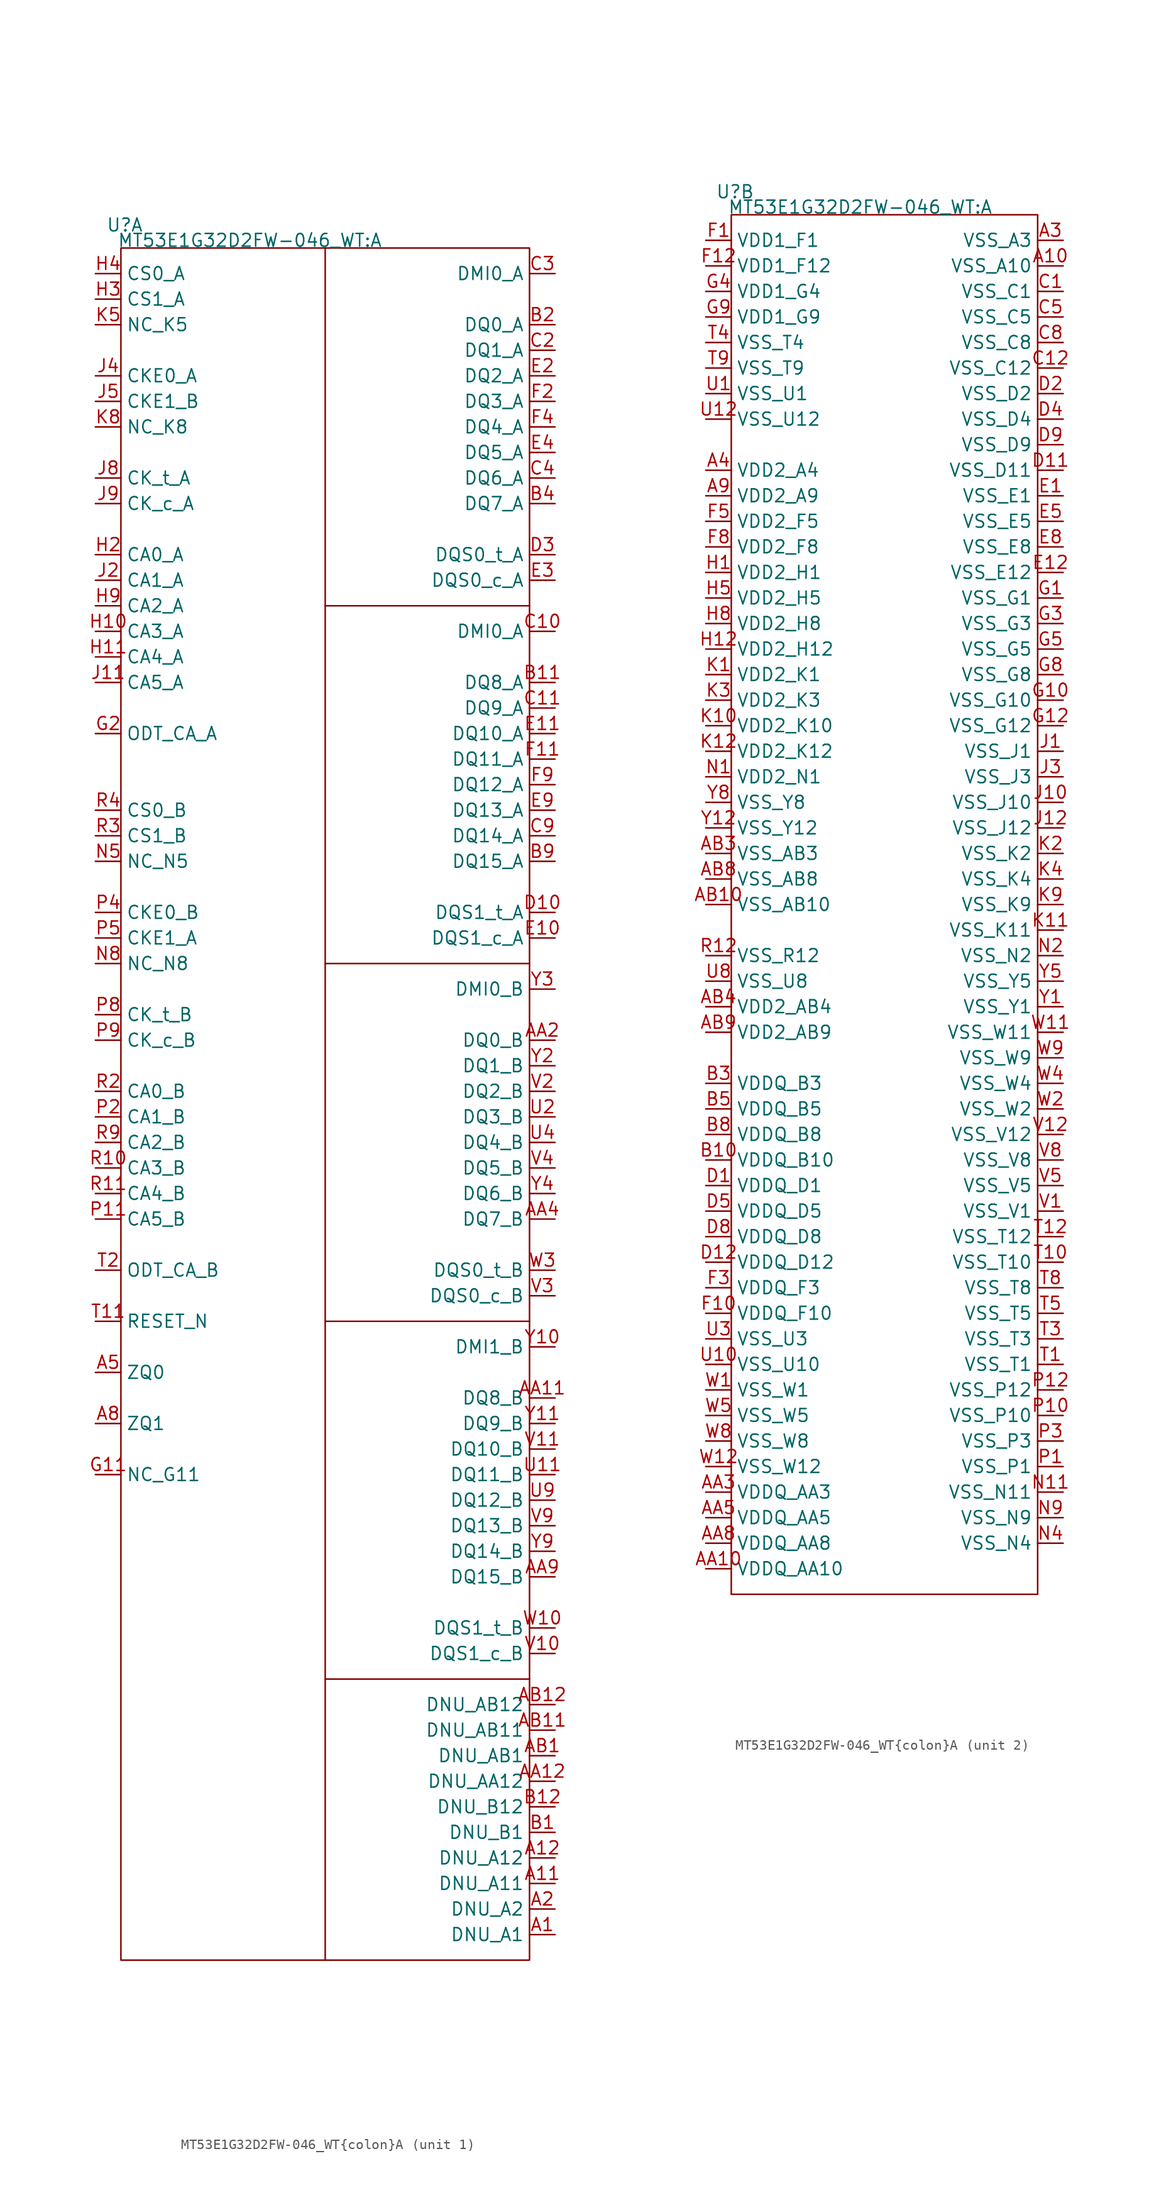
<source format=kicad_sym>
(kicad_symbol_lib
  (version 20231120)
  (generator "kicad_symbol_editor")
  (generator_version "7.99")
  (symbol "MT53E1G32D2FW-046_WT{colon}A"
    (property "Reference" "U"
      (at 0.381 2.286 0)
      (effects (font (size 1.27 1.27))))
    (property "Value" "MT53E1G32D2FW-046_WT:A"
      (at 12.827 0.762 0)
      (effects (font (size 1.27 1.27))))
    (property "ki_locked" ""
      (at 0 0 0)
      (effects (font (size 1.27 1.27))))
    (symbol "MT53E1G32D2FW-046_WT{colon}A_1_1"
      (polyline (pts (xy 20.32 0) (xy 20.32 -170.18)) (stroke (width 0) (type default)) (fill (type none)))
      (polyline (pts (xy 40.64 -142.24) (xy 20.32 -142.24)) (stroke (width 0) (type default)) (fill (type none)))
      (polyline (pts (xy 40.64 -106.68) (xy 20.32 -106.68)) (stroke (width 0) (type default)) (fill (type none)))
      (polyline (pts (xy 40.64 -71.12) (xy 20.32 -71.12)) (stroke (width 0) (type default)) (fill (type none)))
      (polyline (pts (xy 40.64 -35.56) (xy 20.32 -35.56)) (stroke (width 0) (type default)) (fill (type none)))
      (rectangle (start 0 0) (end 40.64 -170.18) (stroke (width 0) (type default)) (fill (type none)))
      (pin input line (at 43.18 -167.64 180) (length 2.54) (name "DNU_A1" (effects (font (size 1.27 1.27)))) (number "A1" (effects (font (size 1.27 1.27)))))
      (pin input line (at 43.18 -162.56 180) (length 2.54) (name "DNU_A11" (effects (font (size 1.27 1.27)))) (number "A11" (effects (font (size 1.27 1.27)))))
      (pin input line (at 43.18 -160.02 180) (length 2.54) (name "DNU_A12" (effects (font (size 1.27 1.27)))) (number "A12" (effects (font (size 1.27 1.27)))))
      (pin input line (at 43.18 -165.1 180) (length 2.54) (name "DNU_A2" (effects (font (size 1.27 1.27)))) (number "A2" (effects (font (size 1.27 1.27)))))
      (pin input line (at -2.54 -111.76 0) (length 2.54) (name "ZQ0" (effects (font (size 1.27 1.27)))) (number "A5" (effects (font (size 1.27 1.27)))))
      (pin input line (at -2.54 -116.84 0) (length 2.54) (name "ZQ1" (effects (font (size 1.27 1.27)))) (number "A8" (effects (font (size 1.27 1.27)))))
      (pin input line (at 43.18 -114.3 180) (length 2.54) (name "DQ8_B" (effects (font (size 1.27 1.27)))) (number "AA11" (effects (font (size 1.27 1.27)))))
      (pin input line (at 43.18 -152.4 180) (length 2.54) (name "DNU_AA12" (effects (font (size 1.27 1.27)))) (number "AA12" (effects (font (size 1.27 1.27)))))
      (pin input line (at 43.18 -78.74 180) (length 2.54) (name "DQ0_B" (effects (font (size 1.27 1.27)))) (number "AA2" (effects (font (size 1.27 1.27)))))
      (pin input line (at 43.18 -96.52 180) (length 2.54) (name "DQ7_B" (effects (font (size 1.27 1.27)))) (number "AA4" (effects (font (size 1.27 1.27)))))
      (pin input line (at 43.18 -132.08 180) (length 2.54) (name "DQ15_B" (effects (font (size 1.27 1.27)))) (number "AA9" (effects (font (size 1.27 1.27)))))
      (pin input line (at 43.18 -149.86 180) (length 2.54) (name "DNU_AB1" (effects (font (size 1.27 1.27)))) (number "AB1" (effects (font (size 1.27 1.27)))))
      (pin input line (at 43.18 -147.32 180) (length 2.54) (name "DNU_AB11" (effects (font (size 1.27 1.27)))) (number "AB11" (effects (font (size 1.27 1.27)))))
      (pin input line (at 43.18 -144.78 180) (length 2.54) (name "DNU_AB12" (effects (font (size 1.27 1.27)))) (number "AB12" (effects (font (size 1.27 1.27)))))
      (pin input line (at 43.18 -157.48 180) (length 2.54) (name "DNU_B1" (effects (font (size 1.27 1.27)))) (number "B1" (effects (font (size 1.27 1.27)))))
      (pin input line (at 43.18 -43.18 180) (length 2.54) (name "DQ8_A" (effects (font (size 1.27 1.27)))) (number "B11" (effects (font (size 1.27 1.27)))))
      (pin input line (at 43.18 -154.94 180) (length 2.54) (name "DNU_B12" (effects (font (size 1.27 1.27)))) (number "B12" (effects (font (size 1.27 1.27)))))
      (pin input line (at 43.18 -7.62 180) (length 2.54) (name "DQ0_A" (effects (font (size 1.27 1.27)))) (number "B2" (effects (font (size 1.27 1.27)))))
      (pin input line (at 43.18 -25.4 180) (length 2.54) (name "DQ7_A" (effects (font (size 1.27 1.27)))) (number "B4" (effects (font (size 1.27 1.27)))))
      (pin input line (at 43.18 -60.96 180) (length 2.54) (name "DQ15_A" (effects (font (size 1.27 1.27)))) (number "B9" (effects (font (size 1.27 1.27)))))
      (pin input line (at 43.18 -38.1 180) (length 2.54) (name "DMI0_A" (effects (font (size 1.27 1.27)))) (number "C10" (effects (font (size 1.27 1.27)))))
      (pin input line (at 43.18 -45.72 180) (length 2.54) (name "DQ9_A" (effects (font (size 1.27 1.27)))) (number "C11" (effects (font (size 1.27 1.27)))))
      (pin input line (at 43.18 -10.16 180) (length 2.54) (name "DQ1_A" (effects (font (size 1.27 1.27)))) (number "C2" (effects (font (size 1.27 1.27)))))
      (pin input line (at 43.18 -2.54 180) (length 2.54) (name "DMI0_A" (effects (font (size 1.27 1.27)))) (number "C3" (effects (font (size 1.27 1.27)))))
      (pin input line (at 43.18 -22.86 180) (length 2.54) (name "DQ6_A" (effects (font (size 1.27 1.27)))) (number "C4" (effects (font (size 1.27 1.27)))))
      (pin input line (at 43.18 -58.42 180) (length 2.54) (name "DQ14_A" (effects (font (size 1.27 1.27)))) (number "C9" (effects (font (size 1.27 1.27)))))
      (pin input line (at 43.18 -66.04 180) (length 2.54) (name "DQS1_t_A" (effects (font (size 1.27 1.27)))) (number "D10" (effects (font (size 1.27 1.27)))))
      (pin input line (at 43.18 -30.48 180) (length 2.54) (name "DQS0_t_A" (effects (font (size 1.27 1.27)))) (number "D3" (effects (font (size 1.27 1.27)))))
      (pin input line (at 43.18 -68.58 180) (length 2.54) (name "DQS1_c_A" (effects (font (size 1.27 1.27)))) (number "E10" (effects (font (size 1.27 1.27)))))
      (pin input line (at 43.18 -48.26 180) (length 2.54) (name "DQ10_A" (effects (font (size 1.27 1.27)))) (number "E11" (effects (font (size 1.27 1.27)))))
      (pin input line (at 43.18 -12.7 180) (length 2.54) (name "DQ2_A" (effects (font (size 1.27 1.27)))) (number "E2" (effects (font (size 1.27 1.27)))))
      (pin input line (at 43.18 -33.02 180) (length 2.54) (name "DQS0_c_A" (effects (font (size 1.27 1.27)))) (number "E3" (effects (font (size 1.27 1.27)))))
      (pin input line (at 43.18 -20.32 180) (length 2.54) (name "DQ5_A" (effects (font (size 1.27 1.27)))) (number "E4" (effects (font (size 1.27 1.27)))))
      (pin input line (at 43.18 -55.88 180) (length 2.54) (name "DQ13_A" (effects (font (size 1.27 1.27)))) (number "E9" (effects (font (size 1.27 1.27)))))
      (pin input line (at 43.18 -50.8 180) (length 2.54) (name "DQ11_A" (effects (font (size 1.27 1.27)))) (number "F11" (effects (font (size 1.27 1.27)))))
      (pin input line (at 43.18 -15.24 180) (length 2.54) (name "DQ3_A" (effects (font (size 1.27 1.27)))) (number "F2" (effects (font (size 1.27 1.27)))))
      (pin input line (at 43.18 -17.78 180) (length 2.54) (name "DQ4_A" (effects (font (size 1.27 1.27)))) (number "F4" (effects (font (size 1.27 1.27)))))
      (pin input line (at 43.18 -53.34 180) (length 2.54) (name "DQ12_A" (effects (font (size 1.27 1.27)))) (number "F9" (effects (font (size 1.27 1.27)))))
      (pin input line (at -2.54 -121.92 0) (length 2.54) (name "NC_G11" (effects (font (size 1.27 1.27)))) (number "G11" (effects (font (size 1.27 1.27)))))
      (pin input line (at -2.54 -48.26 0) (length 2.54) (name "ODT_CA_A" (effects (font (size 1.27 1.27)))) (number "G2" (effects (font (size 1.27 1.27)))))
      (pin input line (at -2.54 -38.1 0) (length 2.54) (name "CA3_A" (effects (font (size 1.27 1.27)))) (number "H10" (effects (font (size 1.27 1.27)))))
      (pin input line (at -2.54 -40.64 0) (length 2.54) (name "CA4_A" (effects (font (size 1.27 1.27)))) (number "H11" (effects (font (size 1.27 1.27)))))
      (pin input line (at -2.54 -30.48 0) (length 2.54) (name "CA0_A" (effects (font (size 1.27 1.27)))) (number "H2" (effects (font (size 1.27 1.27)))))
      (pin input line (at -2.54 -5.08 0) (length 2.54) (name "CS1_A" (effects (font (size 1.27 1.27)))) (number "H3" (effects (font (size 1.27 1.27)))))
      (pin input line (at -2.54 -2.54 0) (length 2.54) (name "CS0_A" (effects (font (size 1.27 1.27)))) (number "H4" (effects (font (size 1.27 1.27)))))
      (pin input line (at -2.54 -35.56 0) (length 2.54) (name "CA2_A" (effects (font (size 1.27 1.27)))) (number "H9" (effects (font (size 1.27 1.27)))))
      (pin input line (at -2.54 -43.18 0) (length 2.54) (name "CA5_A" (effects (font (size 1.27 1.27)))) (number "J11" (effects (font (size 1.27 1.27)))))
      (pin input line (at -2.54 -33.02 0) (length 2.54) (name "CA1_A" (effects (font (size 1.27 1.27)))) (number "J2" (effects (font (size 1.27 1.27)))))
      (pin input line (at -2.54 -12.7 0) (length 2.54) (name "CKE0_A" (effects (font (size 1.27 1.27)))) (number "J4" (effects (font (size 1.27 1.27)))))
      (pin input line (at -2.54 -15.24 0) (length 2.54) (name "CKE1_B" (effects (font (size 1.27 1.27)))) (number "J5" (effects (font (size 1.27 1.27)))))
      (pin input line (at -2.54 -22.86 0) (length 2.54) (name "CK_t_A" (effects (font (size 1.27 1.27)))) (number "J8" (effects (font (size 1.27 1.27)))))
      (pin input line (at -2.54 -25.4 0) (length 2.54) (name "CK_c_A" (effects (font (size 1.27 1.27)))) (number "J9" (effects (font (size 1.27 1.27)))))
      (pin input line (at -2.54 -7.62 0) (length 2.54) (name "NC_K5" (effects (font (size 1.27 1.27)))) (number "K5" (effects (font (size 1.27 1.27)))))
      (pin input line (at -2.54 -17.78 0) (length 2.54) (name "NC_K8" (effects (font (size 1.27 1.27)))) (number "K8" (effects (font (size 1.27 1.27)))))
      (pin input line (at -2.54 -60.96 0) (length 2.54) (name "NC_N5" (effects (font (size 1.27 1.27)))) (number "N5" (effects (font (size 1.27 1.27)))))
      (pin input line (at -2.54 -71.12 0) (length 2.54) (name "NC_N8" (effects (font (size 1.27 1.27)))) (number "N8" (effects (font (size 1.27 1.27)))))
      (pin input line (at -2.54 -96.52 0) (length 2.54) (name "CA5_B" (effects (font (size 1.27 1.27)))) (number "P11" (effects (font (size 1.27 1.27)))))
      (pin input line (at -2.54 -86.36 0) (length 2.54) (name "CA1_B" (effects (font (size 1.27 1.27)))) (number "P2" (effects (font (size 1.27 1.27)))))
      (pin input line (at -2.54 -66.04 0) (length 2.54) (name "CKE0_B" (effects (font (size 1.27 1.27)))) (number "P4" (effects (font (size 1.27 1.27)))))
      (pin input line (at -2.54 -68.58 0) (length 2.54) (name "CKE1_A" (effects (font (size 1.27 1.27)))) (number "P5" (effects (font (size 1.27 1.27)))))
      (pin input line (at -2.54 -76.2 0) (length 2.54) (name "CK_t_B" (effects (font (size 1.27 1.27)))) (number "P8" (effects (font (size 1.27 1.27)))))
      (pin input line (at -2.54 -78.74 0) (length 2.54) (name "CK_c_B" (effects (font (size 1.27 1.27)))) (number "P9" (effects (font (size 1.27 1.27)))))
      (pin input line (at -2.54 -91.44 0) (length 2.54) (name "CA3_B" (effects (font (size 1.27 1.27)))) (number "R10" (effects (font (size 1.27 1.27)))))
      (pin input line (at -2.54 -93.98 0) (length 2.54) (name "CA4_B" (effects (font (size 1.27 1.27)))) (number "R11" (effects (font (size 1.27 1.27)))))
      (pin input line (at -2.54 -83.82 0) (length 2.54) (name "CA0_B" (effects (font (size 1.27 1.27)))) (number "R2" (effects (font (size 1.27 1.27)))))
      (pin input line (at -2.54 -58.42 0) (length 2.54) (name "CS1_B" (effects (font (size 1.27 1.27)))) (number "R3" (effects (font (size 1.27 1.27)))))
      (pin input line (at -2.54 -55.88 0) (length 2.54) (name "CS0_B" (effects (font (size 1.27 1.27)))) (number "R4" (effects (font (size 1.27 1.27)))))
      (pin input line (at -2.54 -88.9 0) (length 2.54) (name "CA2_B" (effects (font (size 1.27 1.27)))) (number "R9" (effects (font (size 1.27 1.27)))))
      (pin input line (at -2.54 -106.68 0) (length 2.54) (name "RESET_N" (effects (font (size 1.27 1.27)))) (number "T11" (effects (font (size 1.27 1.27)))))
      (pin input line (at -2.54 -101.6 0) (length 2.54) (name "ODT_CA_B" (effects (font (size 1.27 1.27)))) (number "T2" (effects (font (size 1.27 1.27)))))
      (pin input line (at 43.18 -121.92 180) (length 2.54) (name "DQ11_B" (effects (font (size 1.27 1.27)))) (number "U11" (effects (font (size 1.27 1.27)))))
      (pin input line (at 43.18 -86.36 180) (length 2.54) (name "DQ3_B" (effects (font (size 1.27 1.27)))) (number "U2" (effects (font (size 1.27 1.27)))))
      (pin input line (at 43.18 -88.9 180) (length 2.54) (name "DQ4_B" (effects (font (size 1.27 1.27)))) (number "U4" (effects (font (size 1.27 1.27)))))
      (pin input line (at 43.18 -124.46 180) (length 2.54) (name "DQ12_B" (effects (font (size 1.27 1.27)))) (number "U9" (effects (font (size 1.27 1.27)))))
      (pin input line (at 43.18 -139.7 180) (length 2.54) (name "DQS1_c_B" (effects (font (size 1.27 1.27)))) (number "V10" (effects (font (size 1.27 1.27)))))
      (pin input line (at 43.18 -119.38 180) (length 2.54) (name "DQ10_B" (effects (font (size 1.27 1.27)))) (number "V11" (effects (font (size 1.27 1.27)))))
      (pin input line (at 43.18 -83.82 180) (length 2.54) (name "DQ2_B" (effects (font (size 1.27 1.27)))) (number "V2" (effects (font (size 1.27 1.27)))))
      (pin input line (at 43.18 -104.14 180) (length 2.54) (name "DQS0_c_B" (effects (font (size 1.27 1.27)))) (number "V3" (effects (font (size 1.27 1.27)))))
      (pin input line (at 43.18 -91.44 180) (length 2.54) (name "DQ5_B" (effects (font (size 1.27 1.27)))) (number "V4" (effects (font (size 1.27 1.27)))))
      (pin input line (at 43.18 -127 180) (length 2.54) (name "DQ13_B" (effects (font (size 1.27 1.27)))) (number "V9" (effects (font (size 1.27 1.27)))))
      (pin input line (at 43.18 -137.16 180) (length 2.54) (name "DQS1_t_B" (effects (font (size 1.27 1.27)))) (number "W10" (effects (font (size 1.27 1.27)))))
      (pin input line (at 43.18 -101.6 180) (length 2.54) (name "DQS0_t_B" (effects (font (size 1.27 1.27)))) (number "W3" (effects (font (size 1.27 1.27)))))
      (pin input line (at 43.18 -109.22 180) (length 2.54) (name "DMI1_B" (effects (font (size 1.27 1.27)))) (number "Y10" (effects (font (size 1.27 1.27)))))
      (pin input line (at 43.18 -116.84 180) (length 2.54) (name "DQ9_B" (effects (font (size 1.27 1.27)))) (number "Y11" (effects (font (size 1.27 1.27)))))
      (pin input line (at 43.18 -81.28 180) (length 2.54) (name "DQ1_B" (effects (font (size 1.27 1.27)))) (number "Y2" (effects (font (size 1.27 1.27)))))
      (pin input line (at 43.18 -73.66 180) (length 2.54) (name "DMI0_B" (effects (font (size 1.27 1.27)))) (number "Y3" (effects (font (size 1.27 1.27)))))
      (pin input line (at 43.18 -93.98 180) (length 2.54) (name "DQ6_B" (effects (font (size 1.27 1.27)))) (number "Y4" (effects (font (size 1.27 1.27)))))
      (pin input line (at 43.18 -129.54 180) (length 2.54) (name "DQ14_B" (effects (font (size 1.27 1.27)))) (number "Y9" (effects (font (size 1.27 1.27))))))
    (symbol "MT53E1G32D2FW-046_WT{colon}A_2_1"
      (rectangle (start 0 0) (end 30.48 -137.16) (stroke (width 0) (type default)) (fill (type none)))
      (pin input line (at 33.02 -5.08 180) (length 2.54) (name "VSS_A10" (effects (font (size 1.27 1.27)))) (number "A10" (effects (font (size 1.27 1.27)))))
      (pin input line (at 33.02 -2.54 180) (length 2.54) (name "VSS_A3" (effects (font (size 1.27 1.27)))) (number "A3" (effects (font (size 1.27 1.27)))))
      (pin input line (at -2.54 -25.4 0) (length 2.54) (name "VDD2_A4" (effects (font (size 1.27 1.27)))) (number "A4" (effects (font (size 1.27 1.27)))))
      (pin input line (at -2.54 -27.94 0) (length 2.54) (name "VDD2_A9" (effects (font (size 1.27 1.27)))) (number "A9" (effects (font (size 1.27 1.27)))))
      (pin input line (at -2.54 -134.62 0) (length 2.54) (name "VDDQ_AA10" (effects (font (size 1.27 1.27)))) (number "AA10" (effects (font (size 1.27 1.27)))))
      (pin input line (at -2.54 -127 0) (length 2.54) (name "VDDQ_AA3" (effects (font (size 1.27 1.27)))) (number "AA3" (effects (font (size 1.27 1.27)))))
      (pin input line (at -2.54 -129.54 0) (length 2.54) (name "VDDQ_AA5" (effects (font (size 1.27 1.27)))) (number "AA5" (effects (font (size 1.27 1.27)))))
      (pin input line (at -2.54 -132.08 0) (length 2.54) (name "VDDQ_AA8" (effects (font (size 1.27 1.27)))) (number "AA8" (effects (font (size 1.27 1.27)))))
      (pin input line (at -2.54 -68.58 0) (length 2.54) (name "VSS_AB10" (effects (font (size 1.27 1.27)))) (number "AB10" (effects (font (size 1.27 1.27)))))
      (pin input line (at -2.54 -63.5 0) (length 2.54) (name "VSS_AB3" (effects (font (size 1.27 1.27)))) (number "AB3" (effects (font (size 1.27 1.27)))))
      (pin input line (at -2.54 -78.74 0) (length 2.54) (name "VDD2_AB4" (effects (font (size 1.27 1.27)))) (number "AB4" (effects (font (size 1.27 1.27)))))
      (pin input line (at -2.54 -66.04 0) (length 2.54) (name "VSS_AB8" (effects (font (size 1.27 1.27)))) (number "AB8" (effects (font (size 1.27 1.27)))))
      (pin input line (at -2.54 -81.28 0) (length 2.54) (name "VDD2_AB9" (effects (font (size 1.27 1.27)))) (number "AB9" (effects (font (size 1.27 1.27)))))
      (pin input line (at -2.54 -93.98 0) (length 2.54) (name "VDDQ_B10" (effects (font (size 1.27 1.27)))) (number "B10" (effects (font (size 1.27 1.27)))))
      (pin input line (at -2.54 -86.36 0) (length 2.54) (name "VDDQ_B3" (effects (font (size 1.27 1.27)))) (number "B3" (effects (font (size 1.27 1.27)))))
      (pin input line (at -2.54 -88.9 0) (length 2.54) (name "VDDQ_B5" (effects (font (size 1.27 1.27)))) (number "B5" (effects (font (size 1.27 1.27)))))
      (pin input line (at -2.54 -91.44 0) (length 2.54) (name "VDDQ_B8" (effects (font (size 1.27 1.27)))) (number "B8" (effects (font (size 1.27 1.27)))))
      (pin input line (at 33.02 -7.62 180) (length 2.54) (name "VSS_C1" (effects (font (size 1.27 1.27)))) (number "C1" (effects (font (size 1.27 1.27)))))
      (pin input line (at 33.02 -15.24 180) (length 2.54) (name "VSS_C12" (effects (font (size 1.27 1.27)))) (number "C12" (effects (font (size 1.27 1.27)))))
      (pin input line (at 33.02 -10.16 180) (length 2.54) (name "VSS_C5" (effects (font (size 1.27 1.27)))) (number "C5" (effects (font (size 1.27 1.27)))))
      (pin input line (at 33.02 -12.7 180) (length 2.54) (name "VSS_C8" (effects (font (size 1.27 1.27)))) (number "C8" (effects (font (size 1.27 1.27)))))
      (pin input line (at -2.54 -96.52 0) (length 2.54) (name "VDDQ_D1" (effects (font (size 1.27 1.27)))) (number "D1" (effects (font (size 1.27 1.27)))))
      (pin input line (at 33.02 -25.4 180) (length 2.54) (name "VSS_D11" (effects (font (size 1.27 1.27)))) (number "D11" (effects (font (size 1.27 1.27)))))
      (pin input line (at -2.54 -104.14 0) (length 2.54) (name "VDDQ_D12" (effects (font (size 1.27 1.27)))) (number "D12" (effects (font (size 1.27 1.27)))))
      (pin input line (at 33.02 -17.78 180) (length 2.54) (name "VSS_D2" (effects (font (size 1.27 1.27)))) (number "D2" (effects (font (size 1.27 1.27)))))
      (pin input line (at 33.02 -20.32 180) (length 2.54) (name "VSS_D4" (effects (font (size 1.27 1.27)))) (number "D4" (effects (font (size 1.27 1.27)))))
      (pin input line (at -2.54 -99.06 0) (length 2.54) (name "VDDQ_D5" (effects (font (size 1.27 1.27)))) (number "D5" (effects (font (size 1.27 1.27)))))
      (pin input line (at -2.54 -101.6 0) (length 2.54) (name "VDDQ_D8" (effects (font (size 1.27 1.27)))) (number "D8" (effects (font (size 1.27 1.27)))))
      (pin input line (at 33.02 -22.86 180) (length 2.54) (name "VSS_D9" (effects (font (size 1.27 1.27)))) (number "D9" (effects (font (size 1.27 1.27)))))
      (pin input line (at 33.02 -27.94 180) (length 2.54) (name "VSS_E1" (effects (font (size 1.27 1.27)))) (number "E1" (effects (font (size 1.27 1.27)))))
      (pin input line (at 33.02 -35.56 180) (length 2.54) (name "VSS_E12" (effects (font (size 1.27 1.27)))) (number "E12" (effects (font (size 1.27 1.27)))))
      (pin input line (at 33.02 -30.48 180) (length 2.54) (name "VSS_E5" (effects (font (size 1.27 1.27)))) (number "E5" (effects (font (size 1.27 1.27)))))
      (pin input line (at 33.02 -33.02 180) (length 2.54) (name "VSS_E8" (effects (font (size 1.27 1.27)))) (number "E8" (effects (font (size 1.27 1.27)))))
      (pin input line (at -2.54 -2.54 0) (length 2.54) (name "VDD1_F1" (effects (font (size 1.27 1.27)))) (number "F1" (effects (font (size 1.27 1.27)))))
      (pin input line (at -2.54 -109.22 0) (length 2.54) (name "VDDQ_F10" (effects (font (size 1.27 1.27)))) (number "F10" (effects (font (size 1.27 1.27)))))
      (pin input line (at -2.54 -5.08 0) (length 2.54) (name "VDD1_F12" (effects (font (size 1.27 1.27)))) (number "F12" (effects (font (size 1.27 1.27)))))
      (pin input line (at -2.54 -106.68 0) (length 2.54) (name "VDDQ_F3" (effects (font (size 1.27 1.27)))) (number "F3" (effects (font (size 1.27 1.27)))))
      (pin input line (at -2.54 -30.48 0) (length 2.54) (name "VDD2_F5" (effects (font (size 1.27 1.27)))) (number "F5" (effects (font (size 1.27 1.27)))))
      (pin input line (at -2.54 -33.02 0) (length 2.54) (name "VDD2_F8" (effects (font (size 1.27 1.27)))) (number "F8" (effects (font (size 1.27 1.27)))))
      (pin input line (at 33.02 -38.1 180) (length 2.54) (name "VSS_G1" (effects (font (size 1.27 1.27)))) (number "G1" (effects (font (size 1.27 1.27)))))
      (pin input line (at 33.02 -48.26 180) (length 2.54) (name "VSS_G10" (effects (font (size 1.27 1.27)))) (number "G10" (effects (font (size 1.27 1.27)))))
      (pin input line (at 33.02 -50.8 180) (length 2.54) (name "VSS_G12" (effects (font (size 1.27 1.27)))) (number "G12" (effects (font (size 1.27 1.27)))))
      (pin input line (at 33.02 -40.64 180) (length 2.54) (name "VSS_G3" (effects (font (size 1.27 1.27)))) (number "G3" (effects (font (size 1.27 1.27)))))
      (pin input line (at -2.54 -7.62 0) (length 2.54) (name "VDD1_G4" (effects (font (size 1.27 1.27)))) (number "G4" (effects (font (size 1.27 1.27)))))
      (pin input line (at 33.02 -43.18 180) (length 2.54) (name "VSS_G5" (effects (font (size 1.27 1.27)))) (number "G5" (effects (font (size 1.27 1.27)))))
      (pin input line (at 33.02 -45.72 180) (length 2.54) (name "VSS_G8" (effects (font (size 1.27 1.27)))) (number "G8" (effects (font (size 1.27 1.27)))))
      (pin input line (at -2.54 -10.16 0) (length 2.54) (name "VDD1_G9" (effects (font (size 1.27 1.27)))) (number "G9" (effects (font (size 1.27 1.27)))))
      (pin input line (at -2.54 -35.56 0) (length 2.54) (name "VDD2_H1" (effects (font (size 1.27 1.27)))) (number "H1" (effects (font (size 1.27 1.27)))))
      (pin input line (at -2.54 -43.18 0) (length 2.54) (name "VDD2_H12" (effects (font (size 1.27 1.27)))) (number "H12" (effects (font (size 1.27 1.27)))))
      (pin input line (at -2.54 -38.1 0) (length 2.54) (name "VDD2_H5" (effects (font (size 1.27 1.27)))) (number "H5" (effects (font (size 1.27 1.27)))))
      (pin input line (at -2.54 -40.64 0) (length 2.54) (name "VDD2_H8" (effects (font (size 1.27 1.27)))) (number "H8" (effects (font (size 1.27 1.27)))))
      (pin input line (at 33.02 -53.34 180) (length 2.54) (name "VSS_J1" (effects (font (size 1.27 1.27)))) (number "J1" (effects (font (size 1.27 1.27)))))
      (pin input line (at 33.02 -58.42 180) (length 2.54) (name "VSS_J10" (effects (font (size 1.27 1.27)))) (number "J10" (effects (font (size 1.27 1.27)))))
      (pin input line (at 33.02 -60.96 180) (length 2.54) (name "VSS_J12" (effects (font (size 1.27 1.27)))) (number "J12" (effects (font (size 1.27 1.27)))))
      (pin input line (at 33.02 -55.88 180) (length 2.54) (name "VSS_J3" (effects (font (size 1.27 1.27)))) (number "J3" (effects (font (size 1.27 1.27)))))
      (pin input line (at -2.54 -45.72 0) (length 2.54) (name "VDD2_K1" (effects (font (size 1.27 1.27)))) (number "K1" (effects (font (size 1.27 1.27)))))
      (pin input line (at -2.54 -50.8 0) (length 2.54) (name "VDD2_K10" (effects (font (size 1.27 1.27)))) (number "K10" (effects (font (size 1.27 1.27)))))
      (pin input line (at 33.02 -71.12 180) (length 2.54) (name "VSS_K11" (effects (font (size 1.27 1.27)))) (number "K11" (effects (font (size 1.27 1.27)))))
      (pin input line (at -2.54 -53.34 0) (length 2.54) (name "VDD2_K12" (effects (font (size 1.27 1.27)))) (number "K12" (effects (font (size 1.27 1.27)))))
      (pin input line (at 33.02 -63.5 180) (length 2.54) (name "VSS_K2" (effects (font (size 1.27 1.27)))) (number "K2" (effects (font (size 1.27 1.27)))))
      (pin input line (at -2.54 -48.26 0) (length 2.54) (name "VDD2_K3" (effects (font (size 1.27 1.27)))) (number "K3" (effects (font (size 1.27 1.27)))))
      (pin input line (at 33.02 -66.04 180) (length 2.54) (name "VSS_K4" (effects (font (size 1.27 1.27)))) (number "K4" (effects (font (size 1.27 1.27)))))
      (pin input line (at 33.02 -68.58 180) (length 2.54) (name "VSS_K9" (effects (font (size 1.27 1.27)))) (number "K9" (effects (font (size 1.27 1.27)))))
      (pin input line (at -2.54 -55.88 0) (length 2.54) (name "VDD2_N1" (effects (font (size 1.27 1.27)))) (number "N1" (effects (font (size 1.27 1.27)))))
      (pin input line (at 33.02 -127 180) (length 2.54) (name "VSS_N11" (effects (font (size 1.27 1.27)))) (number "N11" (effects (font (size 1.27 1.27)))))
      (pin input line (at 33.02 -73.66 180) (length 2.54) (name "VSS_N2" (effects (font (size 1.27 1.27)))) (number "N2" (effects (font (size 1.27 1.27)))))
      (pin input line (at 33.02 -132.08 180) (length 2.54) (name "VSS_N4" (effects (font (size 1.27 1.27)))) (number "N4" (effects (font (size 1.27 1.27)))))
      (pin input line (at 33.02 -129.54 180) (length 2.54) (name "VSS_N9" (effects (font (size 1.27 1.27)))) (number "N9" (effects (font (size 1.27 1.27)))))
      (pin input line (at 33.02 -124.46 180) (length 2.54) (name "VSS_P1" (effects (font (size 1.27 1.27)))) (number "P1" (effects (font (size 1.27 1.27)))))
      (pin input line (at 33.02 -119.38 180) (length 2.54) (name "VSS_P10" (effects (font (size 1.27 1.27)))) (number "P10" (effects (font (size 1.27 1.27)))))
      (pin input line (at 33.02 -116.84 180) (length 2.54) (name "VSS_P12" (effects (font (size 1.27 1.27)))) (number "P12" (effects (font (size 1.27 1.27)))))
      (pin input line (at 33.02 -121.92 180) (length 2.54) (name "VSS_P3" (effects (font (size 1.27 1.27)))) (number "P3" (effects (font (size 1.27 1.27)))))
      (pin input line (at -2.54 -73.66 0) (length 2.54) (name "VSS_R12" (effects (font (size 1.27 1.27)))) (number "R12" (effects (font (size 1.27 1.27)))))
      (pin input line (at 33.02 -114.3 180) (length 2.54) (name "VSS_T1" (effects (font (size 1.27 1.27)))) (number "T1" (effects (font (size 1.27 1.27)))))
      (pin input line (at 33.02 -104.14 180) (length 2.54) (name "VSS_T10" (effects (font (size 1.27 1.27)))) (number "T10" (effects (font (size 1.27 1.27)))))
      (pin input line (at 33.02 -101.6 180) (length 2.54) (name "VSS_T12" (effects (font (size 1.27 1.27)))) (number "T12" (effects (font (size 1.27 1.27)))))
      (pin input line (at 33.02 -111.76 180) (length 2.54) (name "VSS_T3" (effects (font (size 1.27 1.27)))) (number "T3" (effects (font (size 1.27 1.27)))))
      (pin input line (at -2.54 -12.7 0) (length 2.54) (name "VSS_T4" (effects (font (size 1.27 1.27)))) (number "T4" (effects (font (size 1.27 1.27)))))
      (pin input line (at 33.02 -109.22 180) (length 2.54) (name "VSS_T5" (effects (font (size 1.27 1.27)))) (number "T5" (effects (font (size 1.27 1.27)))))
      (pin input line (at 33.02 -106.68 180) (length 2.54) (name "VSS_T8" (effects (font (size 1.27 1.27)))) (number "T8" (effects (font (size 1.27 1.27)))))
      (pin input line (at -2.54 -15.24 0) (length 2.54) (name "VSS_T9" (effects (font (size 1.27 1.27)))) (number "T9" (effects (font (size 1.27 1.27)))))
      (pin input line (at -2.54 -17.78 0) (length 2.54) (name "VSS_U1" (effects (font (size 1.27 1.27)))) (number "U1" (effects (font (size 1.27 1.27)))))
      (pin input line (at -2.54 -114.3 0) (length 2.54) (name "VSS_U10" (effects (font (size 1.27 1.27)))) (number "U10" (effects (font (size 1.27 1.27)))))
      (pin input line (at -2.54 -20.32 0) (length 2.54) (name "VSS_U12" (effects (font (size 1.27 1.27)))) (number "U12" (effects (font (size 1.27 1.27)))))
      (pin input line (at -2.54 -111.76 0) (length 2.54) (name "VSS_U3" (effects (font (size 1.27 1.27)))) (number "U3" (effects (font (size 1.27 1.27)))))
      (pin input line (at -2.54 -76.2 0) (length 2.54) (name "VSS_U8" (effects (font (size 1.27 1.27)))) (number "U8" (effects (font (size 1.27 1.27)))))
      (pin input line (at 33.02 -99.06 180) (length 2.54) (name "VSS_V1" (effects (font (size 1.27 1.27)))) (number "V1" (effects (font (size 1.27 1.27)))))
      (pin input line (at 33.02 -91.44 180) (length 2.54) (name "VSS_V12" (effects (font (size 1.27 1.27)))) (number "V12" (effects (font (size 1.27 1.27)))))
      (pin input line (at 33.02 -96.52 180) (length 2.54) (name "VSS_V5" (effects (font (size 1.27 1.27)))) (number "V5" (effects (font (size 1.27 1.27)))))
      (pin input line (at 33.02 -93.98 180) (length 2.54) (name "VSS_V8" (effects (font (size 1.27 1.27)))) (number "V8" (effects (font (size 1.27 1.27)))))
      (pin input line (at -2.54 -116.84 0) (length 2.54) (name "VSS_W1" (effects (font (size 1.27 1.27)))) (number "W1" (effects (font (size 1.27 1.27)))))
      (pin input line (at 33.02 -81.28 180) (length 2.54) (name "VSS_W11" (effects (font (size 1.27 1.27)))) (number "W11" (effects (font (size 1.27 1.27)))))
      (pin input line (at -2.54 -124.46 0) (length 2.54) (name "VSS_W12" (effects (font (size 1.27 1.27)))) (number "W12" (effects (font (size 1.27 1.27)))))
      (pin input line (at 33.02 -88.9 180) (length 2.54) (name "VSS_W2" (effects (font (size 1.27 1.27)))) (number "W2" (effects (font (size 1.27 1.27)))))
      (pin input line (at 33.02 -86.36 180) (length 2.54) (name "VSS_W4" (effects (font (size 1.27 1.27)))) (number "W4" (effects (font (size 1.27 1.27)))))
      (pin input line (at -2.54 -119.38 0) (length 2.54) (name "VSS_W5" (effects (font (size 1.27 1.27)))) (number "W5" (effects (font (size 1.27 1.27)))))
      (pin input line (at -2.54 -121.92 0) (length 2.54) (name "VSS_W8" (effects (font (size 1.27 1.27)))) (number "W8" (effects (font (size 1.27 1.27)))))
      (pin input line (at 33.02 -83.82 180) (length 2.54) (name "VSS_W9" (effects (font (size 1.27 1.27)))) (number "W9" (effects (font (size 1.27 1.27)))))
      (pin input line (at 33.02 -78.74 180) (length 2.54) (name "VSS_Y1" (effects (font (size 1.27 1.27)))) (number "Y1" (effects (font (size 1.27 1.27)))))
      (pin input line (at -2.54 -60.96 0) (length 2.54) (name "VSS_Y12" (effects (font (size 1.27 1.27)))) (number "Y12" (effects (font (size 1.27 1.27)))))
      (pin input line (at 33.02 -76.2 180) (length 2.54) (name "VSS_Y5" (effects (font (size 1.27 1.27)))) (number "Y5" (effects (font (size 1.27 1.27)))))
      (pin input line (at -2.54 -58.42 0) (length 2.54) (name "VSS_Y8" (effects (font (size 1.27 1.27)))) (number "Y8" (effects (font (size 1.27 1.27))))))))
</source>
